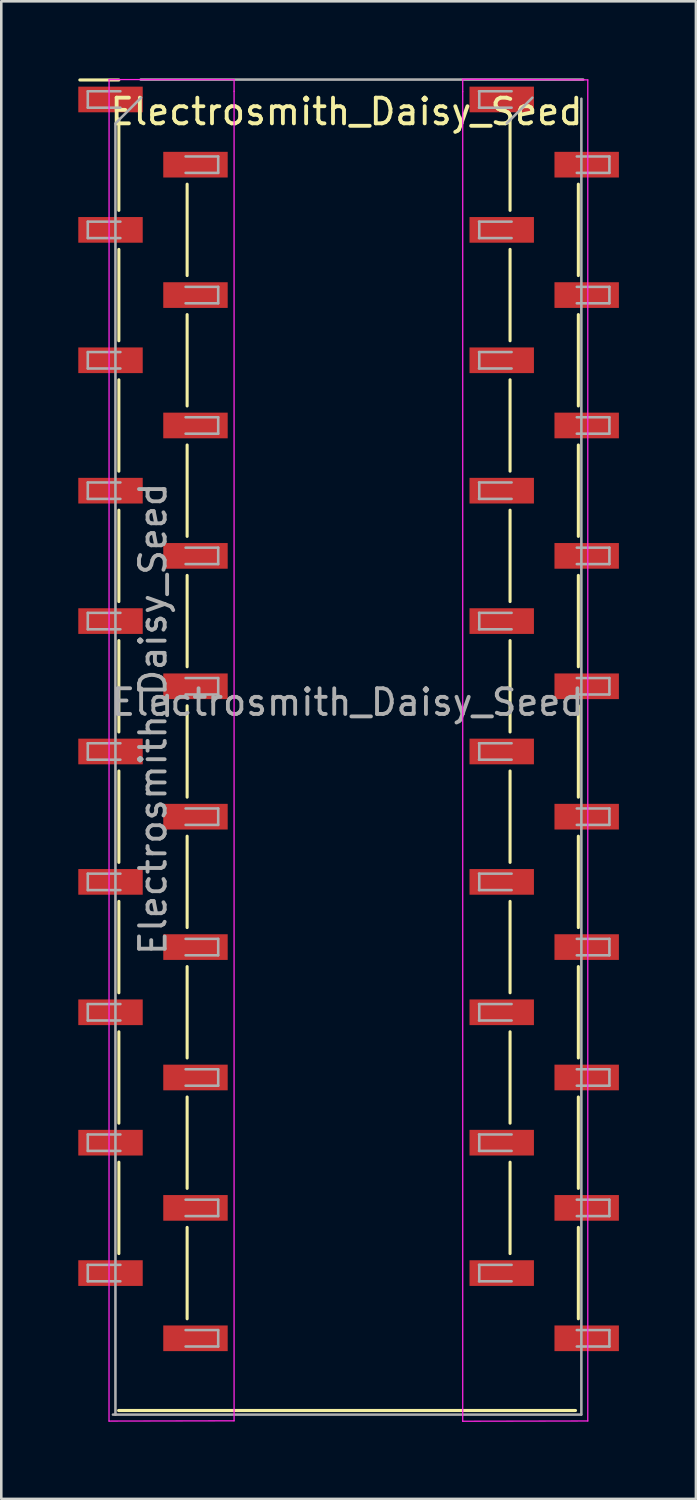
<source format=kicad_pcb>
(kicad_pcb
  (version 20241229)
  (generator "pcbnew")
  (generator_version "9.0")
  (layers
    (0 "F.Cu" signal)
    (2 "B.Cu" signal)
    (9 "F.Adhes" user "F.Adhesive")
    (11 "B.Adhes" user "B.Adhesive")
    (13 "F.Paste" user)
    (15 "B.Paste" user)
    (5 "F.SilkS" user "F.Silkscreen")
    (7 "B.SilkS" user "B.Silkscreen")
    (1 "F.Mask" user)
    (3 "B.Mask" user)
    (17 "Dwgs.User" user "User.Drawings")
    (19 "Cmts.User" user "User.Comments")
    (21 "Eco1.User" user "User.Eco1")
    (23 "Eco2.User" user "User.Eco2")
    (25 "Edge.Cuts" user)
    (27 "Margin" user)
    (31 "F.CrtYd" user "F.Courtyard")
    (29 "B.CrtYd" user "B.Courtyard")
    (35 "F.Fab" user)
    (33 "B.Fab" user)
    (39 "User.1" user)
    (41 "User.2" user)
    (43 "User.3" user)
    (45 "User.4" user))
  (footprint "Electrosmith_Daisy_Seed"
    (layer "F.Cu")
    (at 2.947 2.3)
    (property "Reference" "Electrosmith_Daisy_Seed" (at 7.5 -1 0) (layer "F.SilkS") (effects (font (size 1 1) (thickness 0.15))))
    (attr through_hole)
    (fp_line (start -1.367 -2.235) (end -2.887 -2.235) (stroke (width 0.12) (type solid)) (layer "F.SilkS"))
    (fp_line (start -1.367 -0.715) (end -1.367 2.845) (stroke (width 0.12) (type solid)) (layer "F.SilkS"))
    (fp_line (start -1.367 4.365) (end -1.367 7.925) (stroke (width 0.12) (type solid)) (layer "F.SilkS"))
    (fp_line (start -1.367 9.445) (end -1.367 13.005) (stroke (width 0.12) (type solid)) (layer "F.SilkS"))
    (fp_line (start -1.367 14.525) (end -1.367 18.085) (stroke (width 0.12) (type solid)) (layer "F.SilkS"))
    (fp_line (start -1.367 19.605) (end -1.367 23.165) (stroke (width 0.12) (type solid)) (layer "F.SilkS"))
    (fp_line (start -1.367 24.685) (end -1.367 28.245) (stroke (width 0.12) (type solid)) (layer "F.SilkS"))
    (fp_line (start -1.367 29.765) (end -1.367 33.325) (stroke (width 0.12) (type solid)) (layer "F.SilkS"))
    (fp_line (start -1.367 34.845) (end -1.367 38.405) (stroke (width 0.12) (type solid)) (layer "F.SilkS"))
    (fp_line (start -1.367 39.925) (end -1.367 43.485) (stroke (width 0.12) (type solid)) (layer "F.SilkS"))
    (fp_line (start 1.293 1.825) (end 1.293 5.385) (stroke (width 0.12) (type solid)) (layer "F.SilkS"))
    (fp_line (start 1.293 6.905) (end 1.293 10.465) (stroke (width 0.12) (type solid)) (layer "F.SilkS"))
    (fp_line (start 1.293 11.985) (end 1.293 15.545) (stroke (width 0.12) (type solid)) (layer "F.SilkS"))
    (fp_line (start 1.293 17.065) (end 1.293 20.625) (stroke (width 0.12) (type solid)) (layer "F.SilkS"))
    (fp_line (start 1.293 22.145) (end 1.293 25.705) (stroke (width 0.12) (type solid)) (layer "F.SilkS"))
    (fp_line (start 1.293 27.225) (end 1.293 30.785) (stroke (width 0.12) (type solid)) (layer "F.SilkS"))
    (fp_line (start 1.293 32.305) (end 1.293 35.865) (stroke (width 0.12) (type solid)) (layer "F.SilkS"))
    (fp_line (start 1.293 37.385) (end 1.293 40.945) (stroke (width 0.12) (type solid)) (layer "F.SilkS"))
    (fp_line (start 1.293 42.465) (end 1.293 46.025) (stroke (width 0.12) (type solid)) (layer "F.SilkS"))
    (fp_line (start 13.873 -0.715) (end 13.873 2.845) (stroke (width 0.12) (type solid)) (layer "F.SilkS"))
    (fp_line (start 13.873 4.365) (end 13.873 7.925) (stroke (width 0.12) (type solid)) (layer "F.SilkS"))
    (fp_line (start 13.873 9.445) (end 13.873 13.005) (stroke (width 0.12) (type solid)) (layer "F.SilkS"))
    (fp_line (start 13.873 14.525) (end 13.873 18.085) (stroke (width 0.12) (type solid)) (layer "F.SilkS"))
    (fp_line (start 13.873 19.605) (end 13.873 23.165) (stroke (width 0.12) (type solid)) (layer "F.SilkS"))
    (fp_line (start 13.873 24.685) (end 13.873 28.245) (stroke (width 0.12) (type solid)) (layer "F.SilkS"))
    (fp_line (start 13.873 29.765) (end 13.873 33.325) (stroke (width 0.12) (type solid)) (layer "F.SilkS"))
    (fp_line (start 13.873 34.845) (end 13.873 38.405) (stroke (width 0.12) (type solid)) (layer "F.SilkS"))
    (fp_line (start 13.873 39.925) (end 13.873 43.485) (stroke (width 0.12) (type solid)) (layer "F.SilkS"))
    (fp_line (start 16.423 49.598) (end -1.377 49.598) (stroke (width 0.12) (type solid)) (layer "F.SilkS"))
    (fp_line (start 16.533 1.825) (end 16.533 5.385) (stroke (width 0.12) (type solid)) (layer "F.SilkS"))
    (fp_line (start 16.533 6.905) (end 16.533 10.465) (stroke (width 0.12) (type solid)) (layer "F.SilkS"))
    (fp_line (start 16.533 11.985) (end 16.533 15.545) (stroke (width 0.12) (type solid)) (layer "F.SilkS"))
    (fp_line (start 16.533 17.065) (end 16.533 20.625) (stroke (width 0.12) (type solid)) (layer "F.SilkS"))
    (fp_line (start 16.533 22.145) (end 16.533 25.705) (stroke (width 0.12) (type solid)) (layer "F.SilkS"))
    (fp_line (start 16.533 27.225) (end 16.533 30.785) (stroke (width 0.12) (type solid)) (layer "F.SilkS"))
    (fp_line (start 16.533 32.305) (end 16.533 35.865) (stroke (width 0.12) (type solid)) (layer "F.SilkS"))
    (fp_line (start 16.533 37.385) (end 16.533 40.945) (stroke (width 0.12) (type solid)) (layer "F.SilkS"))
    (fp_line (start 16.533 42.465) (end 16.533 46.025) (stroke (width 0.12) (type solid)) (layer "F.SilkS"))
    (fp_line (start -1.75 50.01) (end -1.748 -2.25) (stroke (width 0.05) (type solid)) (layer "F.CrtYd"))
    (fp_line (start -1.748 -2.25) (end 3.122 -2.25) (stroke (width 0.05) (type solid)) (layer "F.CrtYd"))
    (fp_line (start 3.122 -1.794) (end 3.122 -2.25) (stroke (width 0.05) (type solid)) (layer "F.CrtYd"))
    (fp_line (start 3.122 -1.794) (end 3.122 50) (stroke (width 0.05) (type solid)) (layer "F.CrtYd"))
    (fp_line (start 3.122 50) (end -1.75 50.01) (stroke (width 0.05) (type solid)) (layer "F.CrtYd"))
    (fp_line (start 12.029 -2.262) (end 12.029 -1.778) (stroke (width 0.05) (type solid)) (layer "F.CrtYd"))
    (fp_line (start 12.029 -2.262) (end 16.901 -2.238) (stroke (width 0.05) (type solid)) (layer "F.CrtYd"))
    (fp_line (start 12.029 -1.778) (end 12.029 50.016) (stroke (width 0.05) (type solid)) (layer "F.CrtYd"))
    (fp_line (start 16.901 -2.238) (end 16.901 50.006) (stroke (width 0.05) (type solid)) (layer "F.CrtYd"))
    (fp_line (start 16.901 50.006) (end 12.029 50.016) (stroke (width 0.05) (type solid)) (layer "F.CrtYd"))
    (fp_line (start -2.577 -1.795) (end -2.577 -1.155) (stroke (width 0.1) (type solid)) (layer "F.Fab"))
    (fp_line (start -2.577 -1.155) (end -1.307 -1.155) (stroke (width 0.1) (type solid)) (layer "F.Fab"))
    (fp_line (start -2.577 3.285) (end -2.577 3.925) (stroke (width 0.1) (type solid)) (layer "F.Fab"))
    (fp_line (start -2.577 3.925) (end -1.307 3.925) (stroke (width 0.1) (type solid)) (layer "F.Fab"))
    (fp_line (start -2.577 8.365) (end -2.577 9.005) (stroke (width 0.1) (type solid)) (layer "F.Fab"))
    (fp_line (start -2.577 9.005) (end -1.307 9.005) (stroke (width 0.1) (type solid)) (layer "F.Fab"))
    (fp_line (start -2.577 13.445) (end -2.577 14.085) (stroke (width 0.1) (type solid)) (layer "F.Fab"))
    (fp_line (start -2.577 14.085) (end -1.307 14.085) (stroke (width 0.1) (type solid)) (layer "F.Fab"))
    (fp_line (start -2.577 18.525) (end -2.577 19.165) (stroke (width 0.1) (type solid)) (layer "F.Fab"))
    (fp_line (start -2.577 19.165) (end -1.307 19.165) (stroke (width 0.1) (type solid)) (layer "F.Fab"))
    (fp_line (start -2.577 23.605) (end -2.577 24.245) (stroke (width 0.1) (type solid)) (layer "F.Fab"))
    (fp_line (start -2.577 24.245) (end -1.307 24.245) (stroke (width 0.1) (type solid)) (layer "F.Fab"))
    (fp_line (start -2.577 28.685) (end -2.577 29.325) (stroke (width 0.1) (type solid)) (layer "F.Fab"))
    (fp_line (start -2.577 29.325) (end -1.307 29.325) (stroke (width 0.1) (type solid)) (layer "F.Fab"))
    (fp_line (start -2.577 33.765) (end -2.577 34.405) (stroke (width 0.1) (type solid)) (layer "F.Fab"))
    (fp_line (start -2.577 34.405) (end -1.307 34.405) (stroke (width 0.1) (type solid)) (layer "F.Fab"))
    (fp_line (start -2.577 38.845) (end -2.577 39.485) (stroke (width 0.1) (type solid)) (layer "F.Fab"))
    (fp_line (start -2.577 39.485) (end -1.307 39.485) (stroke (width 0.1) (type solid)) (layer "F.Fab"))
    (fp_line (start -2.577 43.925) (end -2.577 44.565) (stroke (width 0.1) (type solid)) (layer "F.Fab"))
    (fp_line (start -2.577 44.565) (end -1.307 44.565) (stroke (width 0.1) (type solid)) (layer "F.Fab"))
    (fp_line (start -1.597 49.758) (end 16.643 49.758) (stroke (width 0.1) (type solid)) (layer "F.Fab"))
    (fp_line (start -1.5 -0.5) (end -1.5 49.76) (stroke (width 0.1) (type solid)) (layer "F.Fab"))
    (fp_line (start -1.307 -1.795) (end -2.577 -1.795) (stroke (width 0.1) (type solid)) (layer "F.Fab"))
    (fp_line (start -1.307 3.285) (end -2.577 3.285) (stroke (width 0.1) (type solid)) (layer "F.Fab"))
    (fp_line (start -1.307 8.365) (end -2.577 8.365) (stroke (width 0.1) (type solid)) (layer "F.Fab"))
    (fp_line (start -1.307 13.445) (end -2.577 13.445) (stroke (width 0.1) (type solid)) (layer "F.Fab"))
    (fp_line (start -1.307 18.525) (end -2.577 18.525) (stroke (width 0.1) (type solid)) (layer "F.Fab"))
    (fp_line (start -1.307 23.605) (end -2.577 23.605) (stroke (width 0.1) (type solid)) (layer "F.Fab"))
    (fp_line (start -1.307 28.685) (end -2.577 28.685) (stroke (width 0.1) (type solid)) (layer "F.Fab"))
    (fp_line (start -1.307 33.765) (end -2.577 33.765) (stroke (width 0.1) (type solid)) (layer "F.Fab"))
    (fp_line (start -1.307 38.845) (end -2.577 38.845) (stroke (width 0.1) (type solid)) (layer "F.Fab"))
    (fp_line (start -1.307 43.925) (end -2.577 43.925) (stroke (width 0.1) (type solid)) (layer "F.Fab"))
    (fp_line (start -0.498 -1.544) (end -1.498 -0.544) (stroke (width 0.1) (type solid)) (layer "F.Fab"))
    (fp_line (start 1.233 0.745) (end 2.503 0.745) (stroke (width 0.1) (type solid)) (layer "F.Fab"))
    (fp_line (start 1.233 5.825) (end 2.503 5.825) (stroke (width 0.1) (type solid)) (layer "F.Fab"))
    (fp_line (start 1.233 10.905) (end 2.503 10.905) (stroke (width 0.1) (type solid)) (layer "F.Fab"))
    (fp_line (start 1.233 15.985) (end 2.503 15.985) (stroke (width 0.1) (type solid)) (layer "F.Fab"))
    (fp_line (start 1.233 21.065) (end 2.503 21.065) (stroke (width 0.1) (type solid)) (layer "F.Fab"))
    (fp_line (start 1.233 26.145) (end 2.503 26.145) (stroke (width 0.1) (type solid)) (layer "F.Fab"))
    (fp_line (start 1.233 31.225) (end 2.503 31.225) (stroke (width 0.1) (type solid)) (layer "F.Fab"))
    (fp_line (start 1.233 36.305) (end 2.503 36.305) (stroke (width 0.1) (type solid)) (layer "F.Fab"))
    (fp_line (start 1.233 41.385) (end 2.503 41.385) (stroke (width 0.1) (type solid)) (layer "F.Fab"))
    (fp_line (start 1.233 46.465) (end 2.503 46.465) (stroke (width 0.1) (type solid)) (layer "F.Fab"))
    (fp_line (start 2.503 0.745) (end 2.503 1.385) (stroke (width 0.1) (type solid)) (layer "F.Fab"))
    (fp_line (start 2.503 1.385) (end 1.233 1.385) (stroke (width 0.1) (type solid)) (layer "F.Fab"))
    (fp_line (start 2.503 5.825) (end 2.503 6.465) (stroke (width 0.1) (type solid)) (layer "F.Fab"))
    (fp_line (start 2.503 6.465) (end 1.233 6.465) (stroke (width 0.1) (type solid)) (layer "F.Fab"))
    (fp_line (start 2.503 10.905) (end 2.503 11.545) (stroke (width 0.1) (type solid)) (layer "F.Fab"))
    (fp_line (start 2.503 11.545) (end 1.233 11.545) (stroke (width 0.1) (type solid)) (layer "F.Fab"))
    (fp_line (start 2.503 15.985) (end 2.503 16.625) (stroke (width 0.1) (type solid)) (layer "F.Fab"))
    (fp_line (start 2.503 16.625) (end 1.233 16.625) (stroke (width 0.1) (type solid)) (layer "F.Fab"))
    (fp_line (start 2.503 21.065) (end 2.503 21.705) (stroke (width 0.1) (type solid)) (layer "F.Fab"))
    (fp_line (start 2.503 21.705) (end 1.233 21.705) (stroke (width 0.1) (type solid)) (layer "F.Fab"))
    (fp_line (start 2.503 26.145) (end 2.503 26.785) (stroke (width 0.1) (type solid)) (layer "F.Fab"))
    (fp_line (start 2.503 26.785) (end 1.233 26.785) (stroke (width 0.1) (type solid)) (layer "F.Fab"))
    (fp_line (start 2.503 31.225) (end 2.503 31.865) (stroke (width 0.1) (type solid)) (layer "F.Fab"))
    (fp_line (start 2.503 31.865) (end 1.233 31.865) (stroke (width 0.1) (type solid)) (layer "F.Fab"))
    (fp_line (start 2.503 36.305) (end 2.503 36.945) (stroke (width 0.1) (type solid)) (layer "F.Fab"))
    (fp_line (start 2.503 36.945) (end 1.233 36.945) (stroke (width 0.1) (type solid)) (layer "F.Fab"))
    (fp_line (start 2.503 41.385) (end 2.503 42.025) (stroke (width 0.1) (type solid)) (layer "F.Fab"))
    (fp_line (start 2.503 42.025) (end 1.233 42.025) (stroke (width 0.1) (type solid)) (layer "F.Fab"))
    (fp_line (start 2.503 46.465) (end 2.503 47.105) (stroke (width 0.1) (type solid)) (layer "F.Fab"))
    (fp_line (start 2.503 47.105) (end 1.233 47.105) (stroke (width 0.1) (type solid)) (layer "F.Fab"))
    (fp_line (start 12.663 -1.155) (end 13.933 -1.155) (stroke (width 0.1) (type solid)) (layer "F.Fab"))
    (fp_line (start 12.663 3.925) (end 13.933 3.925) (stroke (width 0.1) (type solid)) (layer "F.Fab"))
    (fp_line (start 12.663 9.005) (end 13.933 9.005) (stroke (width 0.1) (type solid)) (layer "F.Fab"))
    (fp_line (start 12.663 14.085) (end 13.933 14.085) (stroke (width 0.1) (type solid)) (layer "F.Fab"))
    (fp_line (start 12.663 19.165) (end 13.933 19.165) (stroke (width 0.1) (type solid)) (layer "F.Fab"))
    (fp_line (start 12.663 24.245) (end 13.933 24.245) (stroke (width 0.1) (type solid)) (layer "F.Fab"))
    (fp_line (start 12.663 29.325) (end 13.933 29.325) (stroke (width 0.1) (type solid)) (layer "F.Fab"))
    (fp_line (start 12.663 34.405) (end 13.933 34.405) (stroke (width 0.1) (type solid)) (layer "F.Fab"))
    (fp_line (start 12.663 39.485) (end 13.933 39.485) (stroke (width 0.1) (type solid)) (layer "F.Fab"))
    (fp_line (start 12.663 44.565) (end 13.933 44.565) (stroke (width 0.1) (type solid)) (layer "F.Fab"))
    (fp_line (start 12.673 -1.795) (end 12.673 -1.155) (stroke (width 0.1) (type solid)) (layer "F.Fab"))
    (fp_line (start 12.673 3.285) (end 12.673 3.925) (stroke (width 0.1) (type solid)) (layer "F.Fab"))
    (fp_line (start 12.673 8.365) (end 12.673 9.005) (stroke (width 0.1) (type solid)) (layer "F.Fab"))
    (fp_line (start 12.673 13.445) (end 12.673 14.085) (stroke (width 0.1) (type solid)) (layer "F.Fab"))
    (fp_line (start 12.673 18.525) (end 12.673 19.165) (stroke (width 0.1) (type solid)) (layer "F.Fab"))
    (fp_line (start 12.673 23.605) (end 12.673 24.245) (stroke (width 0.1) (type solid)) (layer "F.Fab"))
    (fp_line (start 12.673 28.685) (end 12.673 29.325) (stroke (width 0.1) (type solid)) (layer "F.Fab"))
    (fp_line (start 12.673 33.765) (end 12.673 34.405) (stroke (width 0.1) (type solid)) (layer "F.Fab"))
    (fp_line (start 12.673 38.845) (end 12.673 39.485) (stroke (width 0.1) (type solid)) (layer "F.Fab"))
    (fp_line (start 12.673 43.925) (end 12.673 44.565) (stroke (width 0.1) (type solid)) (layer "F.Fab"))
    (fp_line (start 13.933 -1.795) (end 12.663 -1.795) (stroke (width 0.1) (type solid)) (layer "F.Fab"))
    (fp_line (start 13.933 3.285) (end 12.663 3.285) (stroke (width 0.1) (type solid)) (layer "F.Fab"))
    (fp_line (start 13.933 8.365) (end 12.663 8.365) (stroke (width 0.1) (type solid)) (layer "F.Fab"))
    (fp_line (start 13.933 13.445) (end 12.663 13.445) (stroke (width 0.1) (type solid)) (layer "F.Fab"))
    (fp_line (start 13.933 18.525) (end 12.663 18.525) (stroke (width 0.1) (type solid)) (layer "F.Fab"))
    (fp_line (start 13.933 23.605) (end 12.663 23.605) (stroke (width 0.1) (type solid)) (layer "F.Fab"))
    (fp_line (start 13.933 28.685) (end 12.663 28.685) (stroke (width 0.1) (type solid)) (layer "F.Fab"))
    (fp_line (start 13.933 33.765) (end 12.663 33.765) (stroke (width 0.1) (type solid)) (layer "F.Fab"))
    (fp_line (start 13.933 38.845) (end 12.663 38.845) (stroke (width 0.1) (type solid)) (layer "F.Fab"))
    (fp_line (start 13.933 43.925) (end 12.663 43.925) (stroke (width 0.1) (type solid)) (layer "F.Fab"))
    (fp_line (start 14.742 -1.544) (end 13.742 -0.544) (stroke (width 0.1) (type solid)) (layer "F.Fab"))
    (fp_line (start 16.473 0.745) (end 17.743 0.745) (stroke (width 0.1) (type solid)) (layer "F.Fab"))
    (fp_line (start 16.473 5.825) (end 17.743 5.825) (stroke (width 0.1) (type solid)) (layer "F.Fab"))
    (fp_line (start 16.473 10.905) (end 17.743 10.905) (stroke (width 0.1) (type solid)) (layer "F.Fab"))
    (fp_line (start 16.473 15.985) (end 17.743 15.985) (stroke (width 0.1) (type solid)) (layer "F.Fab"))
    (fp_line (start 16.473 21.065) (end 17.743 21.065) (stroke (width 0.1) (type solid)) (layer "F.Fab"))
    (fp_line (start 16.473 26.145) (end 17.743 26.145) (stroke (width 0.1) (type solid)) (layer "F.Fab"))
    (fp_line (start 16.473 31.225) (end 17.743 31.225) (stroke (width 0.1) (type solid)) (layer "F.Fab"))
    (fp_line (start 16.473 36.305) (end 17.743 36.305) (stroke (width 0.1) (type solid)) (layer "F.Fab"))
    (fp_line (start 16.473 41.385) (end 17.743 41.385) (stroke (width 0.1) (type solid)) (layer "F.Fab"))
    (fp_line (start 16.473 46.465) (end 17.743 46.465) (stroke (width 0.1) (type solid)) (layer "F.Fab"))
    (fp_line (start 16.651 49.756) (end 16.651 -1.504) (stroke (width 0.1) (type solid)) (layer "F.Fab"))
    (fp_line (start 16.723 -2.25) (end -0.517 -2.25) (stroke (width 0.1) (type solid)) (layer "F.Fab"))
    (fp_line (start 17.743 0.745) (end 17.743 1.385) (stroke (width 0.1) (type solid)) (layer "F.Fab"))
    (fp_line (start 17.743 1.385) (end 16.473 1.385) (stroke (width 0.1) (type solid)) (layer "F.Fab"))
    (fp_line (start 17.743 5.825) (end 17.743 6.465) (stroke (width 0.1) (type solid)) (layer "F.Fab"))
    (fp_line (start 17.743 6.465) (end 16.473 6.465) (stroke (width 0.1) (type solid)) (layer "F.Fab"))
    (fp_line (start 17.743 10.905) (end 17.743 11.545) (stroke (width 0.1) (type solid)) (layer "F.Fab"))
    (fp_line (start 17.743 11.545) (end 16.473 11.545) (stroke (width 0.1) (type solid)) (layer "F.Fab"))
    (fp_line (start 17.743 15.985) (end 17.743 16.625) (stroke (width 0.1) (type solid)) (layer "F.Fab"))
    (fp_line (start 17.743 16.625) (end 16.473 16.625) (stroke (width 0.1) (type solid)) (layer "F.Fab"))
    (fp_line (start 17.743 21.065) (end 17.743 21.705) (stroke (width 0.1) (type solid)) (layer "F.Fab"))
    (fp_line (start 17.743 21.705) (end 16.473 21.705) (stroke (width 0.1) (type solid)) (layer "F.Fab"))
    (fp_line (start 17.743 26.145) (end 17.743 26.785) (stroke (width 0.1) (type solid)) (layer "F.Fab"))
    (fp_line (start 17.743 26.785) (end 16.473 26.785) (stroke (width 0.1) (type solid)) (layer "F.Fab"))
    (fp_line (start 17.743 31.225) (end 17.743 31.865) (stroke (width 0.1) (type solid)) (layer "F.Fab"))
    (fp_line (start 17.743 31.865) (end 16.473 31.865) (stroke (width 0.1) (type solid)) (layer "F.Fab"))
    (fp_line (start 17.743 36.305) (end 17.743 36.945) (stroke (width 0.1) (type solid)) (layer "F.Fab"))
    (fp_line (start 17.743 36.945) (end 16.473 36.945) (stroke (width 0.1) (type solid)) (layer "F.Fab"))
    (fp_line (start 17.743 41.385) (end 17.743 42.025) (stroke (width 0.1) (type solid)) (layer "F.Fab"))
    (fp_line (start 17.743 42.025) (end 16.473 42.025) (stroke (width 0.1) (type solid)) (layer "F.Fab"))
    (fp_line (start 17.743 46.465) (end 17.743 47.105) (stroke (width 0.1) (type solid)) (layer "F.Fab"))
    (fp_line (start 17.743 47.105) (end 16.473 47.105) (stroke (width 0.1) (type solid)) (layer "F.Fab"))
    (fp_text user "${REFERENCE}" (at -0.037 22.655 90) (layer "F.Fab") (effects (font (size 1 1) (thickness 0.15))))
    (fp_text user "${REFERENCE}" (at 7.548 22.008 0) (layer "F.Fab") (effects (font (size 1 1) (thickness 0.15))))
    (pad "1" smd rect (at -1.692 -1.475) (size 2.51 1) (layers "F.Cu" "F.Mask" "F.Paste"))
    (pad "2" smd rect (at 1.618 1.065) (size 2.51 1) (layers "F.Cu" "F.Mask" "F.Paste"))
    (pad "3" smd rect (at -1.692 3.605) (size 2.51 1) (layers "F.Cu" "F.Mask" "F.Paste"))
    (pad "4" smd rect (at 1.618 6.145) (size 2.51 1) (layers "F.Cu" "F.Mask" "F.Paste"))
    (pad "5" smd rect (at -1.692 8.685) (size 2.51 1) (layers "F.Cu" "F.Mask" "F.Paste"))
    (pad "6" smd rect (at 1.618 11.225) (size 2.51 1) (layers "F.Cu" "F.Mask" "F.Paste"))
    (pad "7" smd rect (at -1.692 13.765) (size 2.51 1) (layers "F.Cu" "F.Mask" "F.Paste"))
    (pad "8" smd rect (at 1.618 16.305) (size 2.51 1) (layers "F.Cu" "F.Mask" "F.Paste"))
    (pad "9" smd rect (at -1.692 18.845) (size 2.51 1) (layers "F.Cu" "F.Mask" "F.Paste"))
    (pad "10" smd rect (at 1.618 21.385) (size 2.51 1) (layers "F.Cu" "F.Mask" "F.Paste"))
    (pad "11" smd rect (at -1.692 23.925) (size 2.51 1) (layers "F.Cu" "F.Mask" "F.Paste"))
    (pad "12" smd rect (at 1.618 26.465) (size 2.51 1) (layers "F.Cu" "F.Mask" "F.Paste"))
    (pad "13" smd rect (at -1.692 29.005) (size 2.51 1) (layers "F.Cu" "F.Mask" "F.Paste"))
    (pad "14" smd rect (at 1.618 31.545) (size 2.51 1) (layers "F.Cu" "F.Mask" "F.Paste"))
    (pad "15" smd rect (at -1.692 34.085) (size 2.51 1) (layers "F.Cu" "F.Mask" "F.Paste"))
    (pad "16" smd rect (at 1.618 36.625) (size 2.51 1) (layers "F.Cu" "F.Mask" "F.Paste"))
    (pad "17" smd rect (at -1.692 39.165) (size 2.51 1) (layers "F.Cu" "F.Mask" "F.Paste"))
    (pad "18" smd rect (at 1.618 41.705) (size 2.51 1) (layers "F.Cu" "F.Mask" "F.Paste"))
    (pad "19" smd rect (at -1.692 44.245) (size 2.51 1) (layers "F.Cu" "F.Mask" "F.Paste"))
    (pad "20" smd rect (at 1.618 46.785) (size 2.51 1) (layers "F.Cu" "F.Mask" "F.Paste"))
    (pad "21" smd rect (at 16.858 46.785) (size 2.51 1) (layers "F.Cu" "F.Mask" "F.Paste"))
    (pad "22" smd rect (at 13.548 44.245) (size 2.51 1) (layers "F.Cu" "F.Mask" "F.Paste"))
    (pad "23" smd rect (at 16.858 41.705) (size 2.51 1) (layers "F.Cu" "F.Mask" "F.Paste"))
    (pad "24" smd rect (at 13.548 39.165) (size 2.51 1) (layers "F.Cu" "F.Mask" "F.Paste"))
    (pad "25" smd rect (at 16.858 36.625) (size 2.51 1) (layers "F.Cu" "F.Mask" "F.Paste"))
    (pad "26" smd rect (at 13.548 34.085) (size 2.51 1) (layers "F.Cu" "F.Mask" "F.Paste"))
    (pad "27" smd rect (at 16.858 31.545) (size 2.51 1) (layers "F.Cu" "F.Mask" "F.Paste"))
    (pad "28" smd rect (at 13.548 29.005) (size 2.51 1) (layers "F.Cu" "F.Mask" "F.Paste"))
    (pad "29" smd rect (at 16.858 26.465) (size 2.51 1) (layers "F.Cu" "F.Mask" "F.Paste"))
    (pad "30" smd rect (at 13.548 23.925) (size 2.51 1) (layers "F.Cu" "F.Mask" "F.Paste"))
    (pad "31" smd rect (at 16.858 21.385) (size 2.51 1) (layers "F.Cu" "F.Mask" "F.Paste"))
    (pad "32" smd rect (at 13.548 18.845) (size 2.51 1) (layers "F.Cu" "F.Mask" "F.Paste"))
    (pad "33" smd rect (at 16.858 16.305) (size 2.51 1) (layers "F.Cu" "F.Mask" "F.Paste"))
    (pad "34" smd rect (at 13.548 13.765) (size 2.51 1) (layers "F.Cu" "F.Mask" "F.Paste"))
    (pad "35" smd rect (at 16.858 11.225) (size 2.51 1) (layers "F.Cu" "F.Mask" "F.Paste"))
    (pad "36" smd rect (at 13.548 8.685) (size 2.51 1) (layers "F.Cu" "F.Mask" "F.Paste"))
    (pad "37" smd rect (at 16.858 6.145) (size 2.51 1) (layers "F.Cu" "F.Mask" "F.Paste"))
    (pad "38" smd rect (at 13.548 3.605) (size 2.51 1) (layers "F.Cu" "F.Mask" "F.Paste"))
    (pad "39" smd rect (at 16.858 1.065) (size 2.51 1) (layers "F.Cu" "F.Mask" "F.Paste"))
    (pad "40" smd rect (at 13.548 -1.475) (size 2.51 1) (layers "F.Cu" "F.Mask" "F.Paste")))
  (gr_rect
    (start -3 -3)
    (end 24.06 55.341)
    (stroke (width 0.1) (type default))
    (fill no)
    (layer "Edge.Cuts")))
</source>
